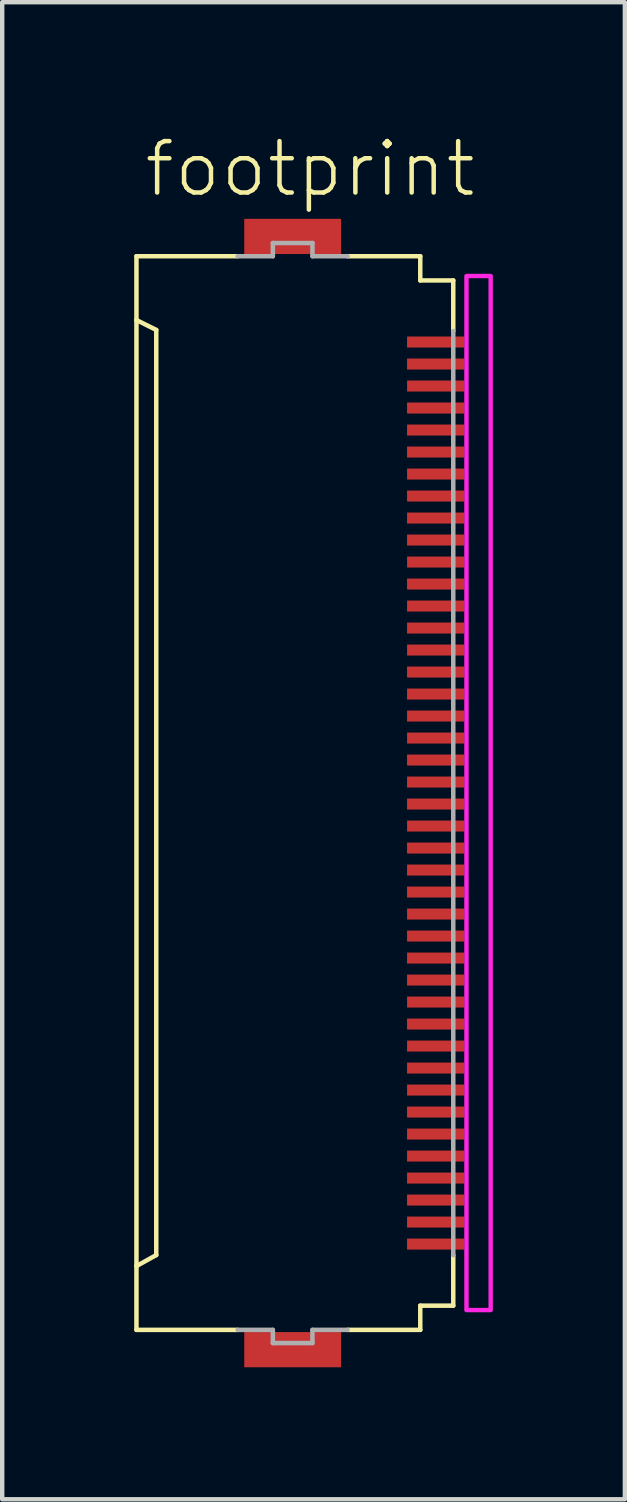
<source format=kicad_pcb>
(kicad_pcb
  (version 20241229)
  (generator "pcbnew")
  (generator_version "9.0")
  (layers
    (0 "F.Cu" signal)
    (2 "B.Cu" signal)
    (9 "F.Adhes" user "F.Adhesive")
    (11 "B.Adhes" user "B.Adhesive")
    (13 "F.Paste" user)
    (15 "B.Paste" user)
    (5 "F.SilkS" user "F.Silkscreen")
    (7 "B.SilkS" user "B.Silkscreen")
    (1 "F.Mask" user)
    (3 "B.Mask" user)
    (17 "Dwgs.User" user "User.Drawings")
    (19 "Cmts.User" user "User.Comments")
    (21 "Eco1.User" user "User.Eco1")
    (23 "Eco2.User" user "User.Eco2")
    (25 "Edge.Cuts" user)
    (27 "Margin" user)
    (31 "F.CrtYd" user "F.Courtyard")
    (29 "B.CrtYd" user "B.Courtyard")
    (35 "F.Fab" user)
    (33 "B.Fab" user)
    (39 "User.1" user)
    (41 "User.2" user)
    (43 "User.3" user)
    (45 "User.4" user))
  (footprint "footprint"
    (layer "F.Cu")
    (at 3.676 14.973)
    (property "Reference" "footprint" (at -3.5 -13.5 0) (layer "F.SilkS") (effects (font (size 1.168 1.168) (thickness 0.102)) (justify left bottom)))
    (fp_poly (pts (xy 2.475 -10.075) (xy 3.875 -10.075) (xy 3.875 -10.425) (xy 2.475 -10.425)) (stroke (width 0) (type solid)) (fill yes) (layer "F.Mask"))
    (fp_poly (pts (xy 2.475 -9.575) (xy 3.875 -9.575) (xy 3.875 -9.925) (xy 2.475 -9.925)) (stroke (width 0) (type solid)) (fill yes) (layer "F.Mask"))
    (fp_poly (pts (xy 2.475 -9.075) (xy 3.875 -9.075) (xy 3.875 -9.425) (xy 2.475 -9.425)) (stroke (width 0) (type solid)) (fill yes) (layer "F.Mask"))
    (fp_poly (pts (xy 2.475 -8.575) (xy 3.875 -8.575) (xy 3.875 -8.925) (xy 2.475 -8.925)) (stroke (width 0) (type solid)) (fill yes) (layer "F.Mask"))
    (fp_poly (pts (xy 2.475 -8.075) (xy 3.875 -8.075) (xy 3.875 -8.425) (xy 2.475 -8.425)) (stroke (width 0) (type solid)) (fill yes) (layer "F.Mask"))
    (fp_poly (pts (xy 2.475 -7.575) (xy 3.875 -7.575) (xy 3.875 -7.925) (xy 2.475 -7.925)) (stroke (width 0) (type solid)) (fill yes) (layer "F.Mask"))
    (fp_poly (pts (xy 2.475 -7.075) (xy 3.875 -7.075) (xy 3.875 -7.425) (xy 2.475 -7.425)) (stroke (width 0) (type solid)) (fill yes) (layer "F.Mask"))
    (fp_poly (pts (xy 2.475 -6.575) (xy 3.875 -6.575) (xy 3.875 -6.925) (xy 2.475 -6.925)) (stroke (width 0) (type solid)) (fill yes) (layer "F.Mask"))
    (fp_poly (pts (xy 2.475 -6.075) (xy 3.875 -6.075) (xy 3.875 -6.425) (xy 2.475 -6.425)) (stroke (width 0) (type solid)) (fill yes) (layer "F.Mask"))
    (fp_poly (pts (xy 2.475 -5.575) (xy 3.875 -5.575) (xy 3.875 -5.925) (xy 2.475 -5.925)) (stroke (width 0) (type solid)) (fill yes) (layer "F.Mask"))
    (fp_poly (pts (xy 2.475 -5.075) (xy 3.875 -5.075) (xy 3.875 -5.425) (xy 2.475 -5.425)) (stroke (width 0) (type solid)) (fill yes) (layer "F.Mask"))
    (fp_poly (pts (xy 2.475 -4.575) (xy 3.875 -4.575) (xy 3.875 -4.925) (xy 2.475 -4.925)) (stroke (width 0) (type solid)) (fill yes) (layer "F.Mask"))
    (fp_poly (pts (xy 2.475 -4.075) (xy 3.875 -4.075) (xy 3.875 -4.425) (xy 2.475 -4.425)) (stroke (width 0) (type solid)) (fill yes) (layer "F.Mask"))
    (fp_poly (pts (xy 2.475 -3.575) (xy 3.875 -3.575) (xy 3.875 -3.925) (xy 2.475 -3.925)) (stroke (width 0) (type solid)) (fill yes) (layer "F.Mask"))
    (fp_poly (pts (xy 2.475 -3.075) (xy 3.875 -3.075) (xy 3.875 -3.425) (xy 2.475 -3.425)) (stroke (width 0) (type solid)) (fill yes) (layer "F.Mask"))
    (fp_poly (pts (xy 2.475 -2.575) (xy 3.875 -2.575) (xy 3.875 -2.925) (xy 2.475 -2.925)) (stroke (width 0) (type solid)) (fill yes) (layer "F.Mask"))
    (fp_poly (pts (xy 2.475 -2.075) (xy 3.875 -2.075) (xy 3.875 -2.425) (xy 2.475 -2.425)) (stroke (width 0) (type solid)) (fill yes) (layer "F.Mask"))
    (fp_poly (pts (xy 2.475 -1.575) (xy 3.875 -1.575) (xy 3.875 -1.925) (xy 2.475 -1.925)) (stroke (width 0) (type solid)) (fill yes) (layer "F.Mask"))
    (fp_poly (pts (xy 2.475 -1.075) (xy 3.875 -1.075) (xy 3.875 -1.425) (xy 2.475 -1.425)) (stroke (width 0) (type solid)) (fill yes) (layer "F.Mask"))
    (fp_poly (pts (xy 2.475 -0.575) (xy 3.875 -0.575) (xy 3.875 -0.925) (xy 2.475 -0.925)) (stroke (width 0) (type solid)) (fill yes) (layer "F.Mask"))
    (fp_poly (pts (xy 2.475 -0.075) (xy 3.875 -0.075) (xy 3.875 -0.425) (xy 2.475 -0.425)) (stroke (width 0) (type solid)) (fill yes) (layer "F.Mask"))
    (fp_poly (pts (xy 2.475 0.425) (xy 3.875 0.425) (xy 3.875 0.075) (xy 2.475 0.075)) (stroke (width 0) (type solid)) (fill yes) (layer "F.Mask"))
    (fp_poly (pts (xy 2.475 0.925) (xy 3.875 0.925) (xy 3.875 0.575) (xy 2.475 0.575)) (stroke (width 0) (type solid)) (fill yes) (layer "F.Mask"))
    (fp_poly (pts (xy 2.475 1.425) (xy 3.875 1.425) (xy 3.875 1.075) (xy 2.475 1.075)) (stroke (width 0) (type solid)) (fill yes) (layer "F.Mask"))
    (fp_poly (pts (xy 2.475 1.925) (xy 3.875 1.925) (xy 3.875 1.575) (xy 2.475 1.575)) (stroke (width 0) (type solid)) (fill yes) (layer "F.Mask"))
    (fp_poly (pts (xy 2.475 2.425) (xy 3.875 2.425) (xy 3.875 2.075) (xy 2.475 2.075)) (stroke (width 0) (type solid)) (fill yes) (layer "F.Mask"))
    (fp_poly (pts (xy 2.475 2.925) (xy 3.875 2.925) (xy 3.875 2.575) (xy 2.475 2.575)) (stroke (width 0) (type solid)) (fill yes) (layer "F.Mask"))
    (fp_poly (pts (xy 2.475 3.425) (xy 3.875 3.425) (xy 3.875 3.075) (xy 2.475 3.075)) (stroke (width 0) (type solid)) (fill yes) (layer "F.Mask"))
    (fp_poly (pts (xy 2.475 3.925) (xy 3.875 3.925) (xy 3.875 3.575) (xy 2.475 3.575)) (stroke (width 0) (type solid)) (fill yes) (layer "F.Mask"))
    (fp_poly (pts (xy 2.475 4.425) (xy 3.875 4.425) (xy 3.875 4.075) (xy 2.475 4.075)) (stroke (width 0) (type solid)) (fill yes) (layer "F.Mask"))
    (fp_poly (pts (xy 2.475 4.925) (xy 3.875 4.925) (xy 3.875 4.575) (xy 2.475 4.575)) (stroke (width 0) (type solid)) (fill yes) (layer "F.Mask"))
    (fp_poly (pts (xy 2.475 5.425) (xy 3.875 5.425) (xy 3.875 5.075) (xy 2.475 5.075)) (stroke (width 0) (type solid)) (fill yes) (layer "F.Mask"))
    (fp_poly (pts (xy 2.475 5.925) (xy 3.875 5.925) (xy 3.875 5.575) (xy 2.475 5.575)) (stroke (width 0) (type solid)) (fill yes) (layer "F.Mask"))
    (fp_poly (pts (xy 2.475 6.425) (xy 3.875 6.425) (xy 3.875 6.075) (xy 2.475 6.075)) (stroke (width 0) (type solid)) (fill yes) (layer "F.Mask"))
    (fp_poly (pts (xy 2.475 6.925) (xy 3.875 6.925) (xy 3.875 6.575) (xy 2.475 6.575)) (stroke (width 0) (type solid)) (fill yes) (layer "F.Mask"))
    (fp_poly (pts (xy 2.475 7.425) (xy 3.875 7.425) (xy 3.875 7.075) (xy 2.475 7.075)) (stroke (width 0) (type solid)) (fill yes) (layer "F.Mask"))
    (fp_poly (pts (xy 2.475 7.925) (xy 3.875 7.925) (xy 3.875 7.575) (xy 2.475 7.575)) (stroke (width 0) (type solid)) (fill yes) (layer "F.Mask"))
    (fp_poly (pts (xy 2.475 8.425) (xy 3.875 8.425) (xy 3.875 8.075) (xy 2.475 8.075)) (stroke (width 0) (type solid)) (fill yes) (layer "F.Mask"))
    (fp_poly (pts (xy 2.475 8.925) (xy 3.875 8.925) (xy 3.875 8.575) (xy 2.475 8.575)) (stroke (width 0) (type solid)) (fill yes) (layer "F.Mask"))
    (fp_poly (pts (xy 2.475 9.425) (xy 3.875 9.425) (xy 3.875 9.075) (xy 2.475 9.075)) (stroke (width 0) (type solid)) (fill yes) (layer "F.Mask"))
    (fp_poly (pts (xy 2.475 9.925) (xy 3.875 9.925) (xy 3.875 9.575) (xy 2.475 9.575)) (stroke (width 0) (type solid)) (fill yes) (layer "F.Mask"))
    (fp_poly (pts (xy 2.475 10.425) (xy 3.875 10.425) (xy 3.875 10.075) (xy 2.475 10.075)) (stroke (width 0) (type solid)) (fill yes) (layer "F.Mask"))
    (fp_line (start -3.625 -12.2) (end -1.325 -12.2) (stroke (width 0.102) (type solid)) (layer "F.SilkS"))
    (fp_line (start -3.625 -10.75) (end -3.625 -12.2) (stroke (width 0.102) (type solid)) (layer "F.SilkS"))
    (fp_line (start -3.625 -10.75) (end -3.625 10.75) (stroke (width 0.102) (type solid)) (layer "F.SilkS"))
    (fp_line (start -3.625 10.75) (end -3.175 10.5) (stroke (width 0.102) (type solid)) (layer "F.SilkS"))
    (fp_line (start -3.625 12.2) (end -3.625 10.75) (stroke (width 0.102) (type solid)) (layer "F.SilkS"))
    (fp_line (start -3.175 -10.525) (end -3.625 -10.75) (stroke (width 0.102) (type solid)) (layer "F.SilkS"))
    (fp_line (start -3.175 10.5) (end -3.175 -10.525) (stroke (width 0.102) (type solid)) (layer "F.SilkS"))
    (fp_line (start -1.325 12.2) (end -3.625 12.2) (stroke (width 0.102) (type solid)) (layer "F.SilkS"))
    (fp_line (start 1.175 -12.2) (end 2.825 -12.2) (stroke (width 0.102) (type solid)) (layer "F.SilkS"))
    (fp_line (start 1.175 12.2) (end 2.825 12.2) (stroke (width 0.102) (type solid)) (layer "F.SilkS"))
    (fp_line (start 2.825 -12.2) (end 2.825 -11.65) (stroke (width 0.102) (type solid)) (layer "F.SilkS"))
    (fp_line (start 2.825 -11.65) (end 3.575 -11.65) (stroke (width 0.102) (type solid)) (layer "F.SilkS"))
    (fp_line (start 2.825 11.65) (end 2.825 12.2) (stroke (width 0.102) (type solid)) (layer "F.SilkS"))
    (fp_line (start 2.825 11.65) (end 3.575 11.65) (stroke (width 0.102) (type solid)) (layer "F.SilkS"))
    (fp_line (start 3.575 -11.65) (end 3.575 -10.5) (stroke (width 0.102) (type solid)) (layer "F.SilkS"))
    (fp_line (start 3.575 10.5) (end 3.575 11.65) (stroke (width 0.102) (type solid)) (layer "F.SilkS"))
    (fp_poly (pts (xy 3.875 11.75) (xy 4.425 11.75) (xy 4.425 -11.75) (xy 3.875 -11.75)) (stroke (width 0.1) (type solid)) (fill no) (layer "F.CrtYd"))
    (fp_line (start -1.325 -12.2) (end -0.525 -12.2) (stroke (width 0.102) (type solid)) (layer "F.Fab"))
    (fp_line (start -0.525 -12.5) (end 0.375 -12.5) (stroke (width 0.102) (type solid)) (layer "F.Fab"))
    (fp_line (start -0.525 -12.2) (end -0.525 -12.5) (stroke (width 0.102) (type solid)) (layer "F.Fab"))
    (fp_line (start -0.525 12.2) (end -1.325 12.2) (stroke (width 0.102) (type solid)) (layer "F.Fab"))
    (fp_line (start -0.525 12.5) (end -0.525 12.2) (stroke (width 0.102) (type solid)) (layer "F.Fab"))
    (fp_line (start 0.375 -12.5) (end 0.375 -12.2) (stroke (width 0.102) (type solid)) (layer "F.Fab"))
    (fp_line (start 0.375 -12.2) (end 1.175 -12.2) (stroke (width 0.102) (type solid)) (layer "F.Fab"))
    (fp_line (start 0.375 12.2) (end 0.375 12.5) (stroke (width 0.102) (type solid)) (layer "F.Fab"))
    (fp_line (start 0.375 12.5) (end -0.525 12.5) (stroke (width 0.102) (type solid)) (layer "F.Fab"))
    (fp_line (start 1.175 12.2) (end 0.375 12.2) (stroke (width 0.102) (type solid)) (layer "F.Fab"))
    (fp_line (start 3.575 -10.5) (end 3.575 10.5) (stroke (width 0.102) (type solid)) (layer "F.Fab"))
    (pad "1" smd rect (at 3.175 -10.25) (size 1.3 0.25) (layers "F.Cu" "F.Paste"))
    (pad "2" smd rect (at 3.175 -9.75) (size 1.3 0.25) (layers "F.Cu" "F.Paste"))
    (pad "3" smd rect (at 3.175 -9.25) (size 1.3 0.25) (layers "F.Cu" "F.Paste"))
    (pad "4" smd rect (at 3.175 -8.75) (size 1.3 0.25) (layers "F.Cu" "F.Paste"))
    (pad "5" smd rect (at 3.175 -8.25) (size 1.3 0.25) (layers "F.Cu" "F.Paste"))
    (pad "6" smd rect (at 3.175 -7.75) (size 1.3 0.25) (layers "F.Cu" "F.Paste"))
    (pad "7" smd rect (at 3.175 -7.25) (size 1.3 0.25) (layers "F.Cu" "F.Paste"))
    (pad "8" smd rect (at 3.175 -6.75) (size 1.3 0.25) (layers "F.Cu" "F.Paste"))
    (pad "9" smd rect (at 3.175 -6.25) (size 1.3 0.25) (layers "F.Cu" "F.Paste"))
    (pad "10" smd rect (at 3.175 -5.75) (size 1.3 0.25) (layers "F.Cu" "F.Paste"))
    (pad "11" smd rect (at 3.175 -5.25) (size 1.3 0.25) (layers "F.Cu" "F.Paste"))
    (pad "12" smd rect (at 3.175 -4.75) (size 1.3 0.25) (layers "F.Cu" "F.Paste"))
    (pad "13" smd rect (at 3.175 -4.25) (size 1.3 0.25) (layers "F.Cu" "F.Paste"))
    (pad "14" smd rect (at 3.175 -3.75) (size 1.3 0.25) (layers "F.Cu" "F.Paste"))
    (pad "15" smd rect (at 3.175 -3.25) (size 1.3 0.25) (layers "F.Cu" "F.Paste"))
    (pad "16" smd rect (at 3.175 -2.75) (size 1.3 0.25) (layers "F.Cu" "F.Paste"))
    (pad "17" smd rect (at 3.175 -2.25) (size 1.3 0.25) (layers "F.Cu" "F.Paste"))
    (pad "18" smd rect (at 3.175 -1.75) (size 1.3 0.25) (layers "F.Cu" "F.Paste"))
    (pad "19" smd rect (at 3.175 -1.25) (size 1.3 0.25) (layers "F.Cu" "F.Paste"))
    (pad "20" smd rect (at 3.175 -0.75) (size 1.3 0.25) (layers "F.Cu" "F.Paste"))
    (pad "21" smd rect (at 3.175 -0.25) (size 1.3 0.25) (layers "F.Cu" "F.Paste"))
    (pad "22" smd rect (at 3.175 0.25) (size 1.3 0.25) (layers "F.Cu" "F.Paste"))
    (pad "23" smd rect (at 3.175 0.75) (size 1.3 0.25) (layers "F.Cu" "F.Paste"))
    (pad "24" smd rect (at 3.175 1.25) (size 1.3 0.25) (layers "F.Cu" "F.Paste"))
    (pad "25" smd rect (at 3.175 1.75) (size 1.3 0.25) (layers "F.Cu" "F.Paste"))
    (pad "26" smd rect (at 3.175 2.25) (size 1.3 0.25) (layers "F.Cu" "F.Paste"))
    (pad "27" smd rect (at 3.175 2.75) (size 1.3 0.25) (layers "F.Cu" "F.Paste"))
    (pad "28" smd rect (at 3.175 3.25) (size 1.3 0.25) (layers "F.Cu" "F.Paste"))
    (pad "29" smd rect (at 3.175 3.75) (size 1.3 0.25) (layers "F.Cu" "F.Paste"))
    (pad "30" smd rect (at 3.175 4.25) (size 1.3 0.25) (layers "F.Cu" "F.Paste"))
    (pad "31" smd rect (at 3.175 4.75) (size 1.3 0.25) (layers "F.Cu" "F.Paste"))
    (pad "32" smd rect (at 3.175 5.25) (size 1.3 0.25) (layers "F.Cu" "F.Paste"))
    (pad "33" smd rect (at 3.175 5.75) (size 1.3 0.25) (layers "F.Cu" "F.Paste"))
    (pad "34" smd rect (at 3.175 6.25) (size 1.3 0.25) (layers "F.Cu" "F.Paste"))
    (pad "35" smd rect (at 3.175 6.75) (size 1.3 0.25) (layers "F.Cu" "F.Paste"))
    (pad "36" smd rect (at 3.175 7.25) (size 1.3 0.25) (layers "F.Cu" "F.Paste"))
    (pad "37" smd rect (at 3.175 7.75) (size 1.3 0.25) (layers "F.Cu" "F.Paste"))
    (pad "38" smd rect (at 3.175 8.25) (size 1.3 0.25) (layers "F.Cu" "F.Paste"))
    (pad "39" smd rect (at 3.175 8.75) (size 1.3 0.25) (layers "F.Cu" "F.Paste"))
    (pad "40" smd rect (at 3.175 9.25) (size 1.3 0.25) (layers "F.Cu" "F.Paste"))
    (pad "41" smd rect (at 3.175 9.75) (size 1.3 0.25) (layers "F.Cu" "F.Paste"))
    (pad "42" smd rect (at 3.175 10.25) (size 1.3 0.25) (layers "F.Cu" "F.Paste"))
    (pad "M1" smd rect (at -0.075 -12.65) (size 2.2 0.8) (layers "F.Cu" "F.Mask" "F.Paste"))
    (pad "M2" smd rect (at -0.075 12.65) (size 2.2 0.8) (layers "F.Cu" "F.Mask" "F.Paste"))
    (zone (net_name "") (layers "F.Cu" "B.Cu") (hatch edge 0.508) (connect_pads) (min_thickness 0.254) (filled_areas_thickness no) (keepout (tracks allowed) (vias not_allowed) (pads allowed) (copperpour allowed) (footprints allowed)) (placement (enabled no)) (fill) (polygon (pts (xy 3.901 25.473) (xy 6.151 25.473) (xy 6.151 4.473) (xy 3.901 4.473)))))
  (gr_rect
    (start -3 -3)
    (end 11.151 31.023)
    (stroke (width 0.1) (type default))
    (fill no)
    (layer "Edge.Cuts")))
</source>
